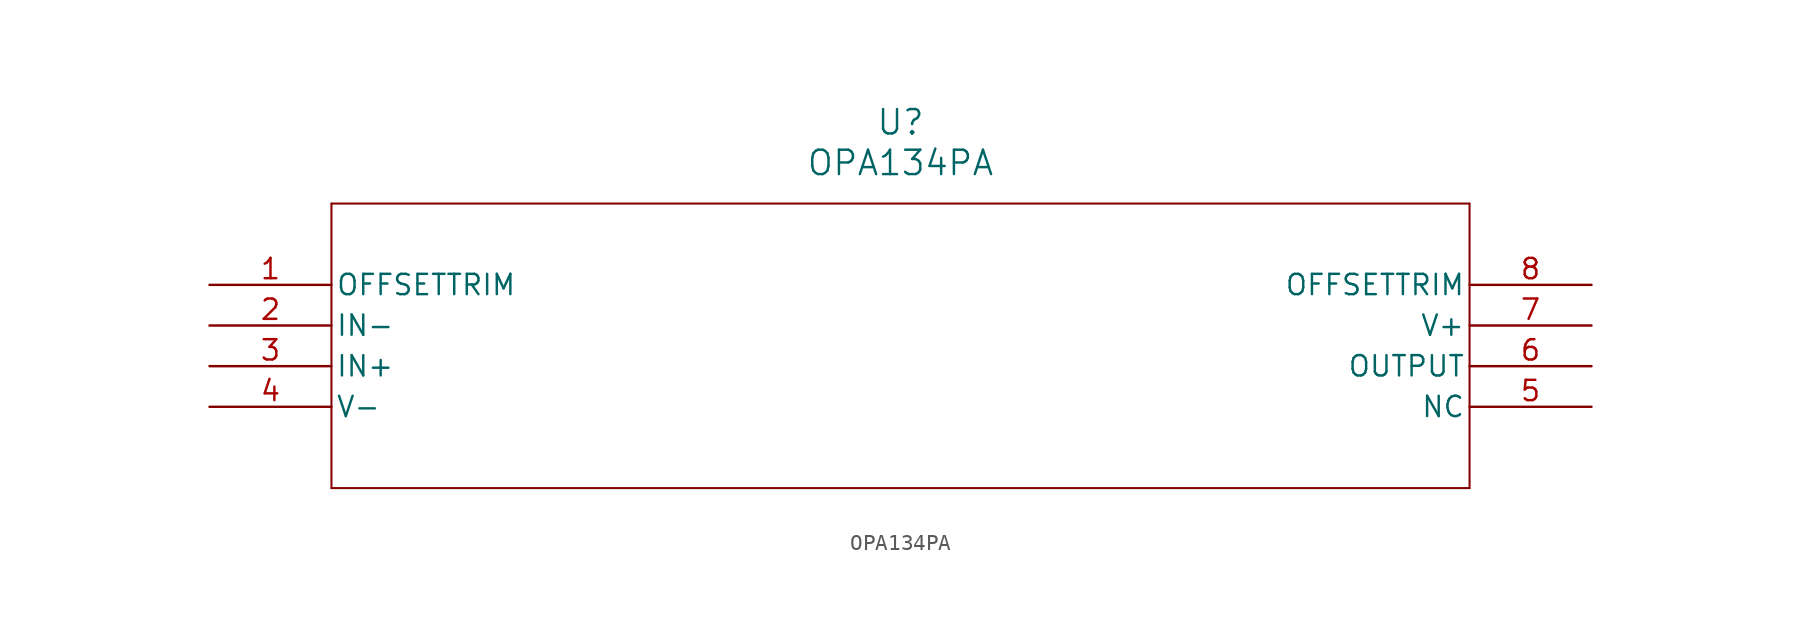
<source format=kicad_sym>
(kicad_symbol_lib
  (version 20211014)
  (generator kicad_symbol_editor)
  (symbol "OPA134PA"
    (pin_names
      (offset 0.254))
    (property "Reference" "U"
      (at 43.18 10.16 0)
      (effects (font (size 1.524 1.524))))
    (property "Value" "OPA134PA"
      (at 43.18 7.62 0)
      (effects (font (size 1.524 1.524))))
    (symbol "OPA134PA_0_1"
      (polyline (pts (xy 7.62 5.08) (xy 7.62 -12.7)) (stroke (width 0.127) (type default) (color 0 0 0 0)) (fill (type none)))
      (polyline (pts (xy 7.62 -12.7) (xy 78.74 -12.7)) (stroke (width 0.127) (type default) (color 0 0 0 0)) (fill (type none)))
      (polyline (pts (xy 78.74 -12.7) (xy 78.74 5.08)) (stroke (width 0.127) (type default) (color 0 0 0 0)) (fill (type none)))
      (polyline (pts (xy 78.74 5.08) (xy 7.62 5.08)) (stroke (width 0.127) (type default) (color 0 0 0 0)) (fill (type none)))
      (pin unspecified line (at 0 0 0) (length 7.62) (name "OFFSETTRIM" (effects (font (size 1.27 1.27)))) (number "1" (effects (font (size 1.27 1.27)))))
      (pin input line (at 0 -2.54 0) (length 7.62) (name "IN-" (effects (font (size 1.27 1.27)))) (number "2" (effects (font (size 1.27 1.27)))))
      (pin input line (at 0 -5.08 0) (length 7.62) (name "IN+" (effects (font (size 1.27 1.27)))) (number "3" (effects (font (size 1.27 1.27)))))
      (pin power_in line (at 0 -7.62 0) (length 7.62) (name "V-" (effects (font (size 1.27 1.27)))) (number "4" (effects (font (size 1.27 1.27)))))
      (pin unspecified line (at 86.36 -7.62 180) (length 7.62) (name "NC" (effects (font (size 1.27 1.27)))) (number "5" (effects (font (size 1.27 1.27)))))
      (pin output line (at 86.36 -5.08 180) (length 7.62) (name "OUTPUT" (effects (font (size 1.27 1.27)))) (number "6" (effects (font (size 1.27 1.27)))))
      (pin power_in line (at 86.36 -2.54 180) (length 7.62) (name "V+" (effects (font (size 1.27 1.27)))) (number "7" (effects (font (size 1.27 1.27)))))
      (pin unspecified line (at 86.36 0 180) (length 7.62) (name "OFFSETTRIM" (effects (font (size 1.27 1.27)))) (number "8" (effects (font (size 1.27 1.27))))))))
</source>
